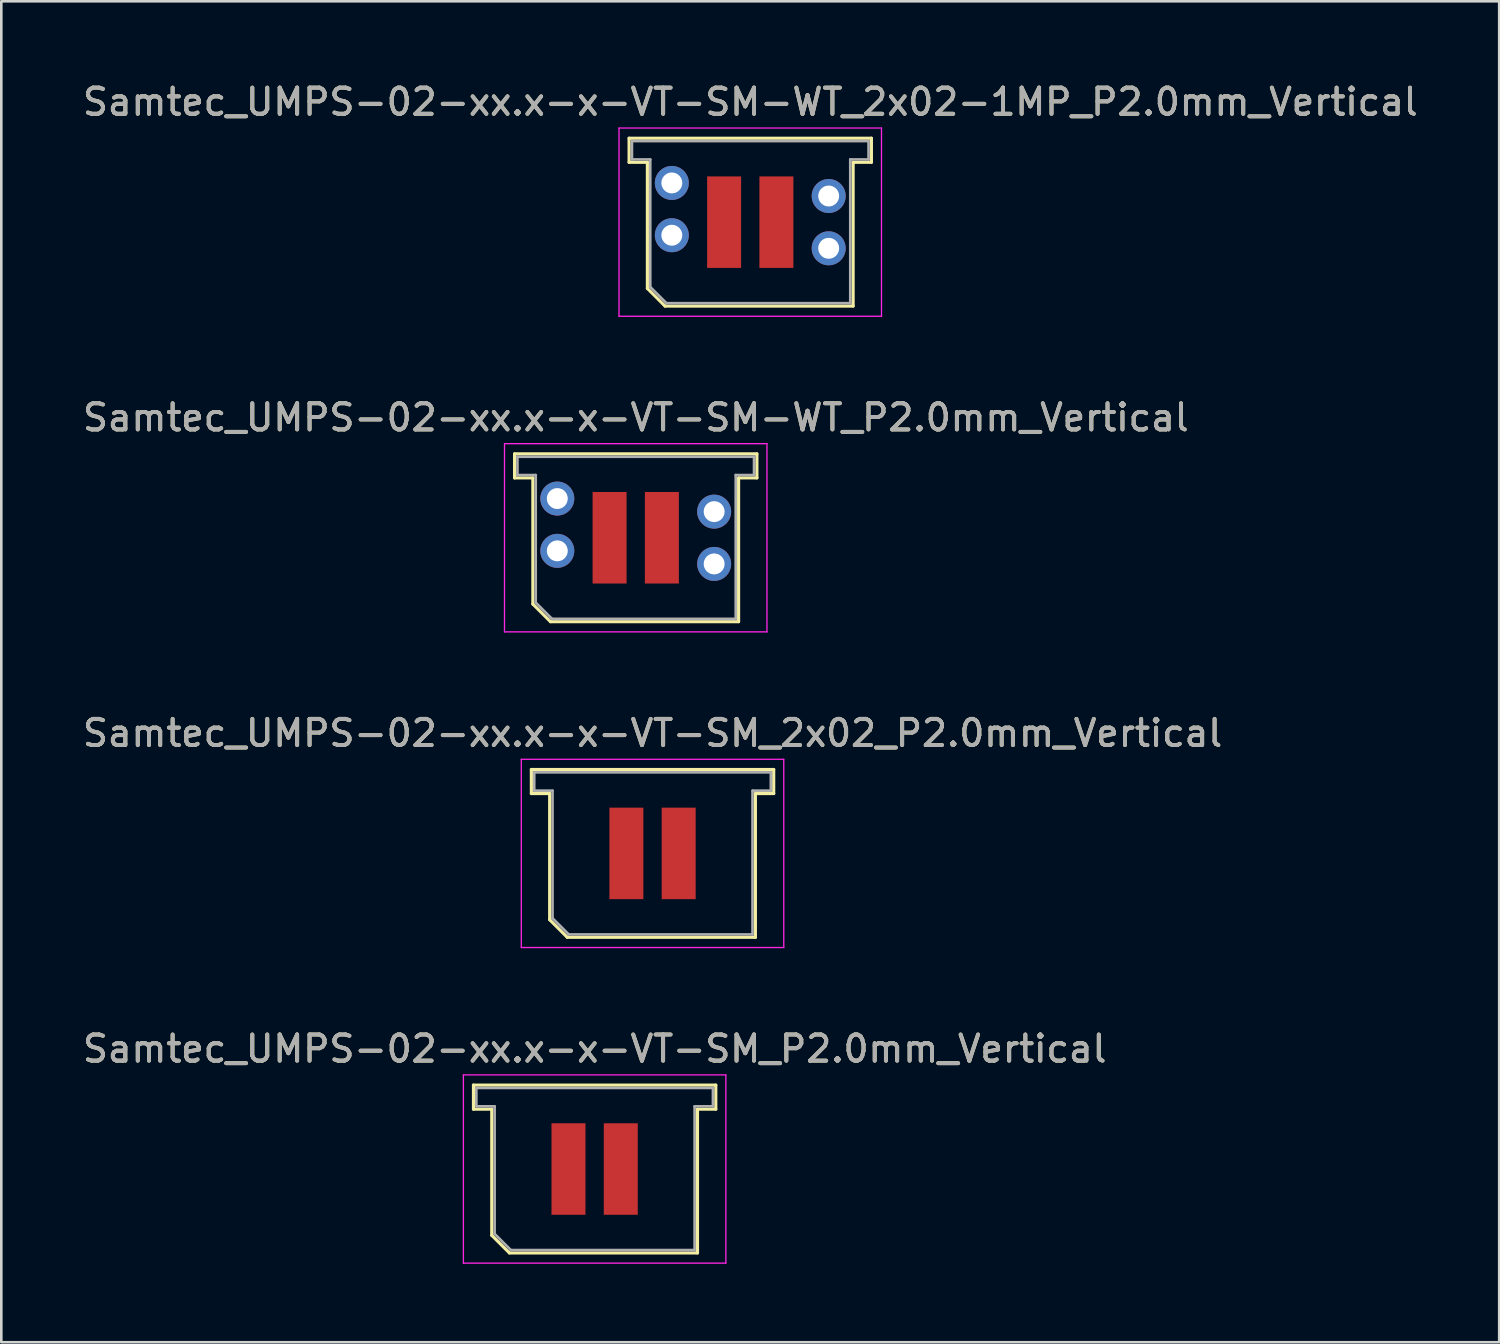
<source format=kicad_pcb>
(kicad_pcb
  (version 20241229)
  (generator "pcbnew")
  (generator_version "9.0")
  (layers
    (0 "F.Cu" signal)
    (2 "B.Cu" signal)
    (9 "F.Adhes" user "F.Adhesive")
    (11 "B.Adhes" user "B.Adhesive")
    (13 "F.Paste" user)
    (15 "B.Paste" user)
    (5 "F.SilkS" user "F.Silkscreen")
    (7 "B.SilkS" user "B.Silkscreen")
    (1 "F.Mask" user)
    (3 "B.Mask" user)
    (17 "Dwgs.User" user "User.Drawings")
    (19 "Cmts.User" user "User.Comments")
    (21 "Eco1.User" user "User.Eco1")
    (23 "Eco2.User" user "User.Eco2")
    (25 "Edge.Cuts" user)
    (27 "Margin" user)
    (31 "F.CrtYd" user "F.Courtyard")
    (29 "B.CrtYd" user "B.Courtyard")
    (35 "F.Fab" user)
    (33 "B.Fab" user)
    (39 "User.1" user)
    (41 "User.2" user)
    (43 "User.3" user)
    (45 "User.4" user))
  (footprint "Samtec_UMPS-02-xx.x-x-VT-SM-WT_P2.0mm_Vertical"
    (layer "F.Cu")
    (at 21.268 17.521)
    (property "Reference" "Samtec_UMPS-02-xx.x-x-VT-SM-WT_P2.0mm_Vertical" (at 0 -4.6 0) (layer "F.SilkS") (effects (font (size 1 1) (thickness 0.15))))
    (attr smd)
    (fp_line (start -4.635 -3.21) (end -4.635 -2.29) (stroke (width 0.12) (type solid)) (layer "F.SilkS"))
    (fp_line (start -4.635 -2.29) (end -3.935 -2.29) (stroke (width 0.12) (type solid)) (layer "F.SilkS"))
    (fp_line (start -3.935 -2.29) (end -3.935 2.535) (stroke (width 0.12) (type solid)) (layer "F.SilkS"))
    (fp_line (start -3.935 2.535) (end -3.26 3.21) (stroke (width 0.12) (type solid)) (layer "F.SilkS"))
    (fp_line (start -3.26 3.21) (end 3.935 3.21) (stroke (width 0.12) (type solid)) (layer "F.SilkS"))
    (fp_line (start 3.935 -2.29) (end 4.635 -2.29) (stroke (width 0.12) (type solid)) (layer "F.SilkS"))
    (fp_line (start 3.935 3.21) (end 3.935 -2.29) (stroke (width 0.12) (type solid)) (layer "F.SilkS"))
    (fp_line (start 4.635 -3.21) (end -4.635 -3.21) (stroke (width 0.12) (type solid)) (layer "F.SilkS"))
    (fp_line (start 4.635 -2.29) (end 4.635 -3.21) (stroke (width 0.12) (type solid)) (layer "F.SilkS"))
    (fp_line (start -5.02 -3.6) (end -5.02 3.6) (stroke (width 0.05) (type solid)) (layer "F.CrtYd"))
    (fp_line (start -5.02 3.6) (end 5.02 3.6) (stroke (width 0.05) (type solid)) (layer "F.CrtYd"))
    (fp_line (start 5.02 -3.6) (end -5.02 -3.6) (stroke (width 0.05) (type solid)) (layer "F.CrtYd"))
    (fp_line (start 5.02 3.6) (end 5.02 -3.6) (stroke (width 0.05) (type solid)) (layer "F.CrtYd"))
    (fp_line (start -4.525 -3.1) (end -4.525 -2.4) (stroke (width 0.1) (type solid)) (layer "F.Fab"))
    (fp_line (start -4.525 -2.4) (end -3.825 -2.4) (stroke (width 0.1) (type solid)) (layer "F.Fab"))
    (fp_line (start -3.825 -2.4) (end -3.825 2.48) (stroke (width 0.1) (type solid)) (layer "F.Fab"))
    (fp_line (start -3.825 2.48) (end -3.205 3.1) (stroke (width 0.1) (type solid)) (layer "F.Fab"))
    (fp_line (start -3.205 3.1) (end 3.825 3.1) (stroke (width 0.1) (type solid)) (layer "F.Fab"))
    (fp_line (start 3.825 -2.4) (end 4.525 -2.4) (stroke (width 0.1) (type solid)) (layer "F.Fab"))
    (fp_line (start 3.825 3.1) (end 3.825 -2.4) (stroke (width 0.1) (type solid)) (layer "F.Fab"))
    (fp_line (start 4.525 -3.1) (end -4.525 -3.1) (stroke (width 0.1) (type solid)) (layer "F.Fab"))
    (fp_line (start 4.525 -2.4) (end 4.525 -3.1) (stroke (width 0.1) (type solid)) (layer "F.Fab"))
    (fp_text user "${REFERENCE}" (at 0 -4.6 0) (layer "F.Fab") (effects (font (size 1 1) (thickness 0.15))))
    (pad "1" smd rect (at -1 0) (size 1.3 3.5) (layers "F.Cu" "F.Mask" "F.Paste"))
    (pad "2" smd rect (at 1 0) (size 1.3 3.5) (layers "F.Cu" "F.Mask" "F.Paste"))
    (pad "MP" thru_hole circle (at -3 -1.5) (size 1.3 1.3) (drill 0.8) (layers "*.Cu" "*.Mask"))
    (pad "MP" thru_hole circle (at -3 0.5) (size 1.3 1.3) (drill 0.8) (layers "*.Cu" "*.Mask"))
    (pad "MP" thru_hole circle (at 3 -1) (size 1.3 1.3) (drill 0.8) (layers "*.Cu" "*.Mask"))
    (pad "MP" thru_hole circle (at 3 1) (size 1.3 1.3) (drill 0.8) (layers "*.Cu" "*.Mask")))
  (footprint "Samtec_UMPS-02-xx.x-x-VT-SM-WT_2x02-1MP_P2.0mm_Vertical"
    (layer "F.Cu")
    (at 25.649 5.448)
    (property "Reference" "Samtec_UMPS-02-xx.x-x-VT-SM-WT_2x02-1MP_P2.0mm_Vertical" (at 0 -4.6 0) (layer "F.SilkS") (effects (font (size 1 1) (thickness 0.15))))
    (attr smd)
    (fp_line (start -4.635 -3.21) (end -4.635 -2.29) (stroke (width 0.12) (type solid)) (layer "F.SilkS"))
    (fp_line (start -4.635 -2.29) (end -3.935 -2.29) (stroke (width 0.12) (type solid)) (layer "F.SilkS"))
    (fp_line (start -3.935 -2.29) (end -3.935 2.535) (stroke (width 0.12) (type solid)) (layer "F.SilkS"))
    (fp_line (start -3.935 2.535) (end -3.26 3.21) (stroke (width 0.12) (type solid)) (layer "F.SilkS"))
    (fp_line (start -3.26 3.21) (end 3.935 3.21) (stroke (width 0.12) (type solid)) (layer "F.SilkS"))
    (fp_line (start 3.935 -2.29) (end 4.635 -2.29) (stroke (width 0.12) (type solid)) (layer "F.SilkS"))
    (fp_line (start 3.935 3.21) (end 3.935 -2.29) (stroke (width 0.12) (type solid)) (layer "F.SilkS"))
    (fp_line (start 4.635 -3.21) (end -4.635 -3.21) (stroke (width 0.12) (type solid)) (layer "F.SilkS"))
    (fp_line (start 4.635 -2.29) (end 4.635 -3.21) (stroke (width 0.12) (type solid)) (layer "F.SilkS"))
    (fp_line (start -5.02 -3.6) (end -5.02 3.6) (stroke (width 0.05) (type solid)) (layer "F.CrtYd"))
    (fp_line (start -5.02 3.6) (end 5.02 3.6) (stroke (width 0.05) (type solid)) (layer "F.CrtYd"))
    (fp_line (start 5.02 -3.6) (end -5.02 -3.6) (stroke (width 0.05) (type solid)) (layer "F.CrtYd"))
    (fp_line (start 5.02 3.6) (end 5.02 -3.6) (stroke (width 0.05) (type solid)) (layer "F.CrtYd"))
    (fp_line (start -4.525 -3.1) (end -4.525 -2.4) (stroke (width 0.1) (type solid)) (layer "F.Fab"))
    (fp_line (start -4.525 -2.4) (end -3.825 -2.4) (stroke (width 0.1) (type solid)) (layer "F.Fab"))
    (fp_line (start -3.825 -2.4) (end -3.825 2.48) (stroke (width 0.1) (type solid)) (layer "F.Fab"))
    (fp_line (start -3.825 2.48) (end -3.205 3.1) (stroke (width 0.1) (type solid)) (layer "F.Fab"))
    (fp_line (start -3.205 3.1) (end 3.825 3.1) (stroke (width 0.1) (type solid)) (layer "F.Fab"))
    (fp_line (start 3.825 -2.4) (end 4.525 -2.4) (stroke (width 0.1) (type solid)) (layer "F.Fab"))
    (fp_line (start 3.825 3.1) (end 3.825 -2.4) (stroke (width 0.1) (type solid)) (layer "F.Fab"))
    (fp_line (start 4.525 -3.1) (end -4.525 -3.1) (stroke (width 0.1) (type solid)) (layer "F.Fab"))
    (fp_line (start 4.525 -2.4) (end 4.525 -3.1) (stroke (width 0.1) (type solid)) (layer "F.Fab"))
    (fp_text user "${REFERENCE}" (at 0 -4.6 0) (layer "F.Fab") (effects (font (size 1 1) (thickness 0.15))))
    (pad "1" smd rect (at -1 0) (size 1.3 3.5) (layers "F.Cu" "F.Mask" "F.Paste"))
    (pad "2" smd rect (at 1 0) (size 1.3 3.5) (layers "F.Cu" "F.Mask" "F.Paste"))
    (pad "MP" thru_hole circle (at -3 -1.5) (size 1.3 1.3) (drill 0.8) (layers "*.Cu" "*.Mask"))
    (pad "MP" thru_hole circle (at -3 0.5) (size 1.3 1.3) (drill 0.8) (layers "*.Cu" "*.Mask"))
    (pad "MP" thru_hole circle (at 3 -1) (size 1.3 1.3) (drill 0.8) (layers "*.Cu" "*.Mask"))
    (pad "MP" thru_hole circle (at 3 1) (size 1.3 1.3) (drill 0.8) (layers "*.Cu" "*.Mask")))
  (footprint "Samtec_UMPS-02-xx.x-x-VT-SM_2x02_P2.0mm_Vertical"
    (layer "F.Cu")
    (at 21.911 29.595)
    (property "Reference" "Samtec_UMPS-02-xx.x-x-VT-SM_2x02_P2.0mm_Vertical" (at 0 -4.6 0) (layer "F.SilkS") (effects (font (size 1 1) (thickness 0.15))))
    (attr smd)
    (fp_line (start -4.635 -3.21) (end -4.635 -2.29) (stroke (width 0.12) (type solid)) (layer "F.SilkS"))
    (fp_line (start -4.635 -2.29) (end -3.935 -2.29) (stroke (width 0.12) (type solid)) (layer "F.SilkS"))
    (fp_line (start -3.935 -2.29) (end -3.935 2.535) (stroke (width 0.12) (type solid)) (layer "F.SilkS"))
    (fp_line (start -3.935 2.535) (end -3.26 3.21) (stroke (width 0.12) (type solid)) (layer "F.SilkS"))
    (fp_line (start -3.26 3.21) (end 3.935 3.21) (stroke (width 0.12) (type solid)) (layer "F.SilkS"))
    (fp_line (start 3.935 -2.29) (end 4.635 -2.29) (stroke (width 0.12) (type solid)) (layer "F.SilkS"))
    (fp_line (start 3.935 3.21) (end 3.935 -2.29) (stroke (width 0.12) (type solid)) (layer "F.SilkS"))
    (fp_line (start 4.635 -3.21) (end -4.635 -3.21) (stroke (width 0.12) (type solid)) (layer "F.SilkS"))
    (fp_line (start 4.635 -2.29) (end 4.635 -3.21) (stroke (width 0.12) (type solid)) (layer "F.SilkS"))
    (fp_line (start -5.02 -3.6) (end -5.02 3.6) (stroke (width 0.05) (type solid)) (layer "F.CrtYd"))
    (fp_line (start -5.02 3.6) (end 5.02 3.6) (stroke (width 0.05) (type solid)) (layer "F.CrtYd"))
    (fp_line (start 5.02 -3.6) (end -5.02 -3.6) (stroke (width 0.05) (type solid)) (layer "F.CrtYd"))
    (fp_line (start 5.02 3.6) (end 5.02 -3.6) (stroke (width 0.05) (type solid)) (layer "F.CrtYd"))
    (fp_line (start -4.525 -3.1) (end -4.525 -2.4) (stroke (width 0.1) (type solid)) (layer "F.Fab"))
    (fp_line (start -4.525 -2.4) (end -3.825 -2.4) (stroke (width 0.1) (type solid)) (layer "F.Fab"))
    (fp_line (start -3.825 -2.4) (end -3.825 2.48) (stroke (width 0.1) (type solid)) (layer "F.Fab"))
    (fp_line (start -3.825 2.48) (end -3.205 3.1) (stroke (width 0.1) (type solid)) (layer "F.Fab"))
    (fp_line (start -3.205 3.1) (end 3.825 3.1) (stroke (width 0.1) (type solid)) (layer "F.Fab"))
    (fp_line (start 3.825 -2.4) (end 4.525 -2.4) (stroke (width 0.1) (type solid)) (layer "F.Fab"))
    (fp_line (start 3.825 3.1) (end 3.825 -2.4) (stroke (width 0.1) (type solid)) (layer "F.Fab"))
    (fp_line (start 4.525 -3.1) (end -4.525 -3.1) (stroke (width 0.1) (type solid)) (layer "F.Fab"))
    (fp_line (start 4.525 -2.4) (end 4.525 -3.1) (stroke (width 0.1) (type solid)) (layer "F.Fab"))
    (fp_text user "${REFERENCE}" (at 0 -4.6 0) (layer "F.Fab") (effects (font (size 1 1) (thickness 0.15))))
    (pad "1" smd rect (at -1 0) (size 1.3 3.5) (layers "F.Cu" "F.Mask" "F.Paste"))
    (pad "2" smd rect (at 1 0) (size 1.3 3.5) (layers "F.Cu" "F.Mask" "F.Paste")))
  (footprint "Samtec_UMPS-02-xx.x-x-VT-SM_P2.0mm_Vertical"
    (layer "F.Cu")
    (at 19.696 41.668)
    (property "Reference" "Samtec_UMPS-02-xx.x-x-VT-SM_P2.0mm_Vertical" (at 0 -4.6 0) (layer "F.SilkS") (effects (font (size 1 1) (thickness 0.15))))
    (attr smd)
    (fp_line (start -4.635 -3.21) (end -4.635 -2.29) (stroke (width 0.12) (type solid)) (layer "F.SilkS"))
    (fp_line (start -4.635 -2.29) (end -3.935 -2.29) (stroke (width 0.12) (type solid)) (layer "F.SilkS"))
    (fp_line (start -3.935 -2.29) (end -3.935 2.535) (stroke (width 0.12) (type solid)) (layer "F.SilkS"))
    (fp_line (start -3.935 2.535) (end -3.26 3.21) (stroke (width 0.12) (type solid)) (layer "F.SilkS"))
    (fp_line (start -3.26 3.21) (end 3.935 3.21) (stroke (width 0.12) (type solid)) (layer "F.SilkS"))
    (fp_line (start 3.935 -2.29) (end 4.635 -2.29) (stroke (width 0.12) (type solid)) (layer "F.SilkS"))
    (fp_line (start 3.935 3.21) (end 3.935 -2.29) (stroke (width 0.12) (type solid)) (layer "F.SilkS"))
    (fp_line (start 4.635 -3.21) (end -4.635 -3.21) (stroke (width 0.12) (type solid)) (layer "F.SilkS"))
    (fp_line (start 4.635 -2.29) (end 4.635 -3.21) (stroke (width 0.12) (type solid)) (layer "F.SilkS"))
    (fp_line (start -5.02 -3.6) (end -5.02 3.6) (stroke (width 0.05) (type solid)) (layer "F.CrtYd"))
    (fp_line (start -5.02 3.6) (end 5.02 3.6) (stroke (width 0.05) (type solid)) (layer "F.CrtYd"))
    (fp_line (start 5.02 -3.6) (end -5.02 -3.6) (stroke (width 0.05) (type solid)) (layer "F.CrtYd"))
    (fp_line (start 5.02 3.6) (end 5.02 -3.6) (stroke (width 0.05) (type solid)) (layer "F.CrtYd"))
    (fp_line (start -4.525 -3.1) (end -4.525 -2.4) (stroke (width 0.1) (type solid)) (layer "F.Fab"))
    (fp_line (start -4.525 -2.4) (end -3.825 -2.4) (stroke (width 0.1) (type solid)) (layer "F.Fab"))
    (fp_line (start -3.825 -2.4) (end -3.825 2.48) (stroke (width 0.1) (type solid)) (layer "F.Fab"))
    (fp_line (start -3.825 2.48) (end -3.205 3.1) (stroke (width 0.1) (type solid)) (layer "F.Fab"))
    (fp_line (start -3.205 3.1) (end 3.825 3.1) (stroke (width 0.1) (type solid)) (layer "F.Fab"))
    (fp_line (start 3.825 -2.4) (end 4.525 -2.4) (stroke (width 0.1) (type solid)) (layer "F.Fab"))
    (fp_line (start 3.825 3.1) (end 3.825 -2.4) (stroke (width 0.1) (type solid)) (layer "F.Fab"))
    (fp_line (start 4.525 -3.1) (end -4.525 -3.1) (stroke (width 0.1) (type solid)) (layer "F.Fab"))
    (fp_line (start 4.525 -2.4) (end 4.525 -3.1) (stroke (width 0.1) (type solid)) (layer "F.Fab"))
    (fp_text user "${REFERENCE}" (at 0 -4.6 0) (layer "F.Fab") (effects (font (size 1 1) (thickness 0.15))))
    (pad "1" smd rect (at -1 0) (size 1.3 3.5) (layers "F.Cu" "F.Mask" "F.Paste"))
    (pad "2" smd rect (at 1 0) (size 1.3 3.5) (layers "F.Cu" "F.Mask" "F.Paste")))
  (gr_rect
    (start -3 -3)
    (end 54.298 48.293)
    (stroke (width 0.1) (type default))
    (fill no)
    (layer "Edge.Cuts")))
</source>
